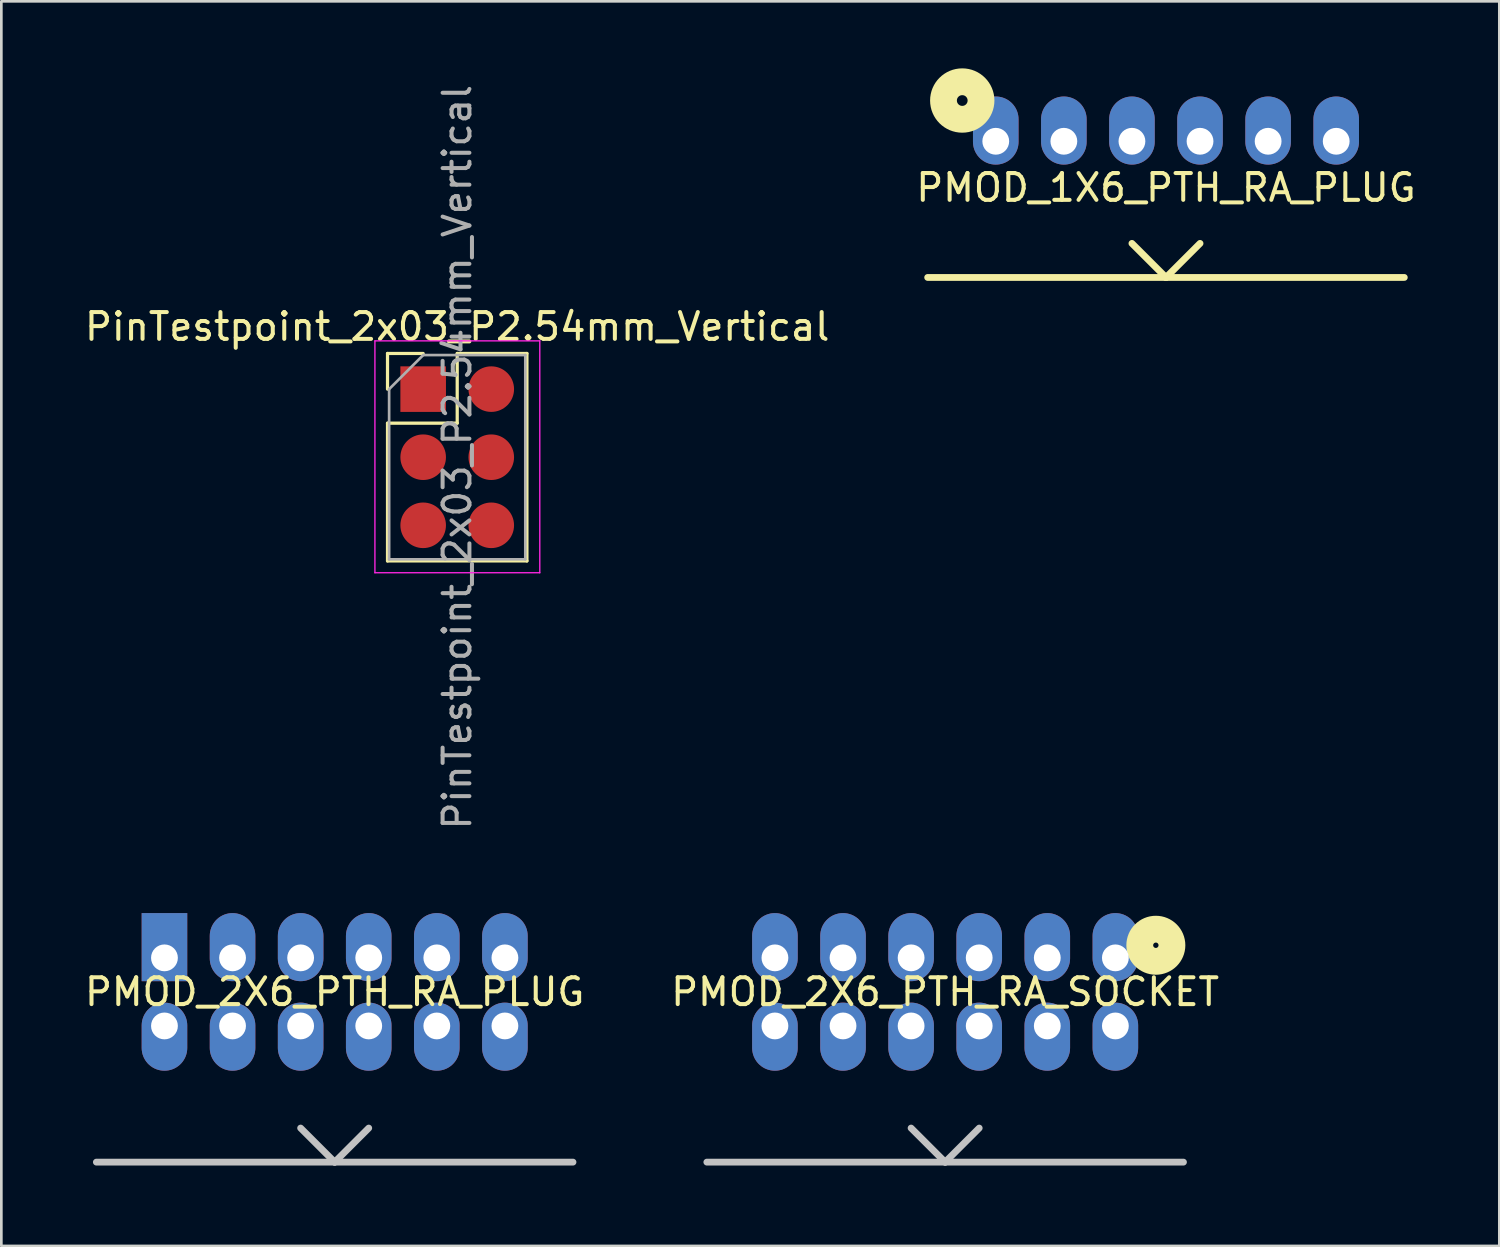
<source format=kicad_pcb>
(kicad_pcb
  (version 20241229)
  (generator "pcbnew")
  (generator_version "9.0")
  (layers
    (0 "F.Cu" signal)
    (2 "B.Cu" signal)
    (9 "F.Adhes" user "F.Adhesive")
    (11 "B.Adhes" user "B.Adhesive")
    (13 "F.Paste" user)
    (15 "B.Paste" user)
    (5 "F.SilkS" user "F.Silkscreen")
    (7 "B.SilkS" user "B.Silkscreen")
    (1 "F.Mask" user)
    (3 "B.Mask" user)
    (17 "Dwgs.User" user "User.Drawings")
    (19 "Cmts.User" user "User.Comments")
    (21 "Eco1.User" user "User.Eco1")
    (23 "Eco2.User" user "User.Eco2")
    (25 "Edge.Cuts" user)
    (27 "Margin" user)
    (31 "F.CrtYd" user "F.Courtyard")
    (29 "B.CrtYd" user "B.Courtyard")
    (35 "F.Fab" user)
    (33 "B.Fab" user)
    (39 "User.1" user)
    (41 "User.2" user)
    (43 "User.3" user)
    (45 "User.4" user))
  (footprint "PinTestpoint_2x03_P2.54mm_Vertical"
    (layer "F.Cu")
    (at 12.736 11.466)
    (property "Reference" "PinTestpoint_2x03_P2.54mm_Vertical" (at 1.27 -2.33 0) (layer "F.SilkS") (effects (font (size 1 1) (thickness 0.15))))
    (attr through_hole)
    (fp_line (start -1.33 -1.33) (end 0 -1.33) (stroke (width 0.12) (type solid)) (layer "F.SilkS"))
    (fp_line (start -1.33 0) (end -1.33 -1.33) (stroke (width 0.12) (type solid)) (layer "F.SilkS"))
    (fp_line (start -1.33 1.27) (end -1.33 6.41) (stroke (width 0.12) (type solid)) (layer "F.SilkS"))
    (fp_line (start -1.33 1.27) (end 1.27 1.27) (stroke (width 0.12) (type solid)) (layer "F.SilkS"))
    (fp_line (start -1.33 6.41) (end 3.87 6.41) (stroke (width 0.12) (type solid)) (layer "F.SilkS"))
    (fp_line (start 1.27 -1.33) (end 3.87 -1.33) (stroke (width 0.12) (type solid)) (layer "F.SilkS"))
    (fp_line (start 1.27 1.27) (end 1.27 -1.33) (stroke (width 0.12) (type solid)) (layer "F.SilkS"))
    (fp_line (start 3.87 -1.33) (end 3.87 6.41) (stroke (width 0.12) (type solid)) (layer "F.SilkS"))
    (fp_line (start -1.8 -1.8) (end -1.8 6.85) (stroke (width 0.05) (type solid)) (layer "F.CrtYd"))
    (fp_line (start -1.8 6.85) (end 4.35 6.85) (stroke (width 0.05) (type solid)) (layer "F.CrtYd"))
    (fp_line (start 4.35 -1.8) (end -1.8 -1.8) (stroke (width 0.05) (type solid)) (layer "F.CrtYd"))
    (fp_line (start 4.35 6.85) (end 4.35 -1.8) (stroke (width 0.05) (type solid)) (layer "F.CrtYd"))
    (fp_line (start -1.27 0) (end 0 -1.27) (stroke (width 0.1) (type solid)) (layer "F.Fab"))
    (fp_line (start -1.27 6.35) (end -1.27 0) (stroke (width 0.1) (type solid)) (layer "F.Fab"))
    (fp_line (start 0 -1.27) (end 3.81 -1.27) (stroke (width 0.1) (type solid)) (layer "F.Fab"))
    (fp_line (start 3.81 -1.27) (end 3.81 6.35) (stroke (width 0.1) (type solid)) (layer "F.Fab"))
    (fp_line (start 3.81 6.35) (end -1.27 6.35) (stroke (width 0.1) (type solid)) (layer "F.Fab"))
    (fp_text user "${REFERENCE}" (at 1.27 2.54 90) (layer "F.Fab") (effects (font (size 1 1) (thickness 0.15))))
    (pad "1" smd rect (at 0 0) (size 1.7 1.7) (layers "F.Cu" "F.Mask" "F.Paste"))
    (pad "2" smd oval (at 2.54 0) (size 1.7 1.7) (layers "F.Cu" "F.Mask" "F.Paste"))
    (pad "3" smd oval (at 0 2.54) (size 1.7 1.7) (layers "F.Cu" "F.Mask" "F.Paste"))
    (pad "4" smd oval (at 2.54 2.54) (size 1.7 1.7) (layers "F.Cu" "F.Mask" "F.Paste"))
    (pad "5" smd oval (at 0 5.08) (size 1.7 1.7) (layers "F.Cu" "F.Mask" "F.Paste"))
    (pad "6" smd oval (at 2.54 5.08) (size 1.7 1.7) (layers "F.Cu" "F.Mask" "F.Paste")))
  (footprint "PMOD_2X6_PTH_RA_PLUG"
    (layer "F.Cu")
    (at 9.435 33.952)
    (property "Reference" "PMOD_2X6_PTH_RA_PLUG" (at 0 0 0) (layer "F.SilkS") (effects (font (size 1 1) (thickness 0.15))))
    (attr smd)
    (fp_line (start 0 6.35) (end -8.89 6.35) (stroke (width 0.254) (type solid)) (layer "Dwgs.User"))
    (fp_line (start 0 6.35) (end -1.27 5.08) (stroke (width 0.254) (type solid)) (layer "Dwgs.User"))
    (fp_line (start 1.27 5.08) (end 0 6.35) (stroke (width 0.254) (type solid)) (layer "Dwgs.User"))
    (fp_line (start 8.89 6.35) (end 0 6.35) (stroke (width 0.254) (type solid)) (layer "Dwgs.User"))
    (pad "1" thru_hole rect (at -6.35 -1.27 270) (size 2.54 1.7) (drill 1 (offset -0.4 0)) (layers "*.Cu" "*.Mask"))
    (pad "2" thru_hole oval (at -3.81 -1.27 270) (size 2.54 1.7) (drill 1 (offset -0.4 0)) (layers "*.Cu" "*.Mask"))
    (pad "3" thru_hole oval (at -1.27 -1.27 270) (size 2.54 1.7) (drill 1 (offset -0.4 0)) (layers "*.Cu" "*.Mask"))
    (pad "4" thru_hole oval (at 1.27 -1.27 270) (size 2.54 1.7) (drill 1 (offset -0.4 0)) (layers "*.Cu" "*.Mask"))
    (pad "5" thru_hole oval (at 3.81 -1.27 270) (size 2.54 1.7) (drill 1 (offset -0.4 0)) (layers "*.Cu" "*.Mask"))
    (pad "6" thru_hole oval (at 6.35 -1.27 270) (size 2.54 1.7) (drill 1 (offset -0.4 0)) (layers "*.Cu" "*.Mask"))
    (pad "7" thru_hole oval (at -6.35 1.27 270) (size 2.54 1.7) (drill 1 (offset 0.4 0)) (layers "*.Cu" "*.Mask"))
    (pad "8" thru_hole oval (at -3.81 1.27 270) (size 2.54 1.7) (drill 1 (offset 0.4 0)) (layers "*.Cu" "*.Mask"))
    (pad "9" thru_hole oval (at -1.27 1.27 270) (size 2.54 1.7) (drill 1 (offset 0.4 0)) (layers "*.Cu" "*.Mask"))
    (pad "10" thru_hole oval (at 1.27 1.27 270) (size 2.54 1.7) (drill 1 (offset 0.4 0)) (layers "*.Cu" "*.Mask"))
    (pad "11" thru_hole oval (at 3.81 1.27 270) (size 2.54 1.7) (drill 1 (offset 0.4 0)) (layers "*.Cu" "*.Mask"))
    (pad "12" thru_hole oval (at 6.35 1.27 270) (size 2.54 1.7) (drill 1 (offset 0.4 0)) (layers "*.Cu" "*.Mask")))
  (footprint "PMOD_2X6_PTH_RA_SOCKET"
    (layer "F.Cu")
    (at 32.208 33.952)
    (property "Reference" "PMOD_2X6_PTH_RA_SOCKET" (at 0 0 0) (layer "F.SilkS") (effects (font (size 1 1) (thickness 0.15))))
    (attr smd)
    (fp_circle (center 7.86 -1.74) (end 7.96 -1.74) (stroke (width 1) (type solid)) (fill no) (layer "F.SilkS"))
    (fp_line (start 0 6.35) (end -8.89 6.35) (stroke (width 0.254) (type solid)) (layer "Dwgs.User"))
    (fp_line (start 0 6.35) (end -1.27 5.08) (stroke (width 0.254) (type solid)) (layer "Dwgs.User"))
    (fp_line (start 1.27 5.08) (end 0 6.35) (stroke (width 0.254) (type solid)) (layer "Dwgs.User"))
    (fp_line (start 8.89 6.35) (end 0 6.35) (stroke (width 0.254) (type solid)) (layer "Dwgs.User"))
    (pad "1" thru_hole oval (at 6.35 -1.27 270) (size 2.54 1.7) (drill 1 (offset -0.4 0)) (layers "*.Cu" "*.Mask"))
    (pad "2" thru_hole oval (at 3.81 -1.27 270) (size 2.54 1.7) (drill 1 (offset -0.4 0)) (layers "*.Cu" "*.Mask"))
    (pad "3" thru_hole oval (at 1.27 -1.27 270) (size 2.54 1.7) (drill 1 (offset -0.4 0)) (layers "*.Cu" "*.Mask"))
    (pad "4" thru_hole oval (at -1.27 -1.27 270) (size 2.54 1.7) (drill 1 (offset -0.4 0)) (layers "*.Cu" "*.Mask"))
    (pad "5" thru_hole oval (at -3.81 -1.27 270) (size 2.54 1.7) (drill 1 (offset -0.4 0)) (layers "*.Cu" "*.Mask"))
    (pad "6" thru_hole oval (at -6.35 -1.27 270) (size 2.54 1.7) (drill 1 (offset -0.4 0)) (layers "*.Cu" "*.Mask"))
    (pad "7" thru_hole oval (at 6.35 1.27 270) (size 2.54 1.7) (drill 1 (offset 0.4 0)) (layers "*.Cu" "*.Mask"))
    (pad "8" thru_hole oval (at 3.81 1.27 270) (size 2.54 1.7) (drill 1 (offset 0.4 0)) (layers "*.Cu" "*.Mask"))
    (pad "9" thru_hole oval (at 1.27 1.27 270) (size 2.54 1.7) (drill 1 (offset 0.4 0)) (layers "*.Cu" "*.Mask"))
    (pad "10" thru_hole oval (at -1.27 1.27 270) (size 2.54 1.7) (drill 1 (offset 0.4 0)) (layers "*.Cu" "*.Mask"))
    (pad "11" thru_hole oval (at -3.81 1.27 270) (size 2.54 1.7) (drill 1 (offset 0.4 0)) (layers "*.Cu" "*.Mask"))
    (pad "12" thru_hole oval (at -6.35 1.27 270) (size 2.54 1.7) (drill 1 (offset 0.4 0)) (layers "*.Cu" "*.Mask")))
  (footprint "PMOD_1X6_PTH_RA_PLUG"
    (layer "F.Cu")
    (at 40.446 0.95)
    (property "Reference" "PMOD_1X6_PTH_RA_PLUG" (at 0 3 0) (layer "F.SilkS") (effects (font (size 1 1) (thickness 0.15))))
    (attr smd)
    (fp_line (start 0 6.35) (end -8.89 6.35) (stroke (width 0.254) (type solid)) (layer "F.SilkS"))
    (fp_line (start 0 6.35) (end -1.27 5.08) (stroke (width 0.254) (type solid)) (layer "F.SilkS"))
    (fp_line (start 1.27 5.08) (end 0 6.35) (stroke (width 0.254) (type solid)) (layer "F.SilkS"))
    (fp_line (start 8.89 6.35) (end 0 6.35) (stroke (width 0.254) (type solid)) (layer "F.SilkS"))
    (fp_circle (center -7.6 -0.25) (end -7.4 -0.25) (stroke (width 1) (type solid)) (fill no) (layer "F.SilkS"))
    (pad "1" thru_hole oval (at -6.35 1.27 270) (size 2.54 1.7) (drill 1 (offset -0.4 0)) (layers "*.Cu" "*.Mask"))
    (pad "2" thru_hole oval (at -3.81 1.27 270) (size 2.54 1.7) (drill 1 (offset -0.4 0)) (layers "*.Cu" "*.Mask"))
    (pad "3" thru_hole oval (at -1.27 1.27 270) (size 2.54 1.7) (drill 1 (offset -0.4 0)) (layers "*.Cu" "*.Mask"))
    (pad "4" thru_hole oval (at 1.27 1.27 270) (size 2.54 1.7) (drill 1 (offset -0.4 0)) (layers "*.Cu" "*.Mask"))
    (pad "5" thru_hole oval (at 3.81 1.27 270) (size 2.54 1.7) (drill 1 (offset -0.4 0)) (layers "*.Cu" "*.Mask"))
    (pad "6" thru_hole oval (at 6.35 1.27 270) (size 2.54 1.7) (drill 1 (offset -0.4 0)) (layers "*.Cu" "*.Mask")))
  (gr_rect
    (start -3 -3)
    (end 52.881 43.429)
    (stroke (width 0.1) (type default))
    (fill no)
    (layer "Edge.Cuts")))
</source>
